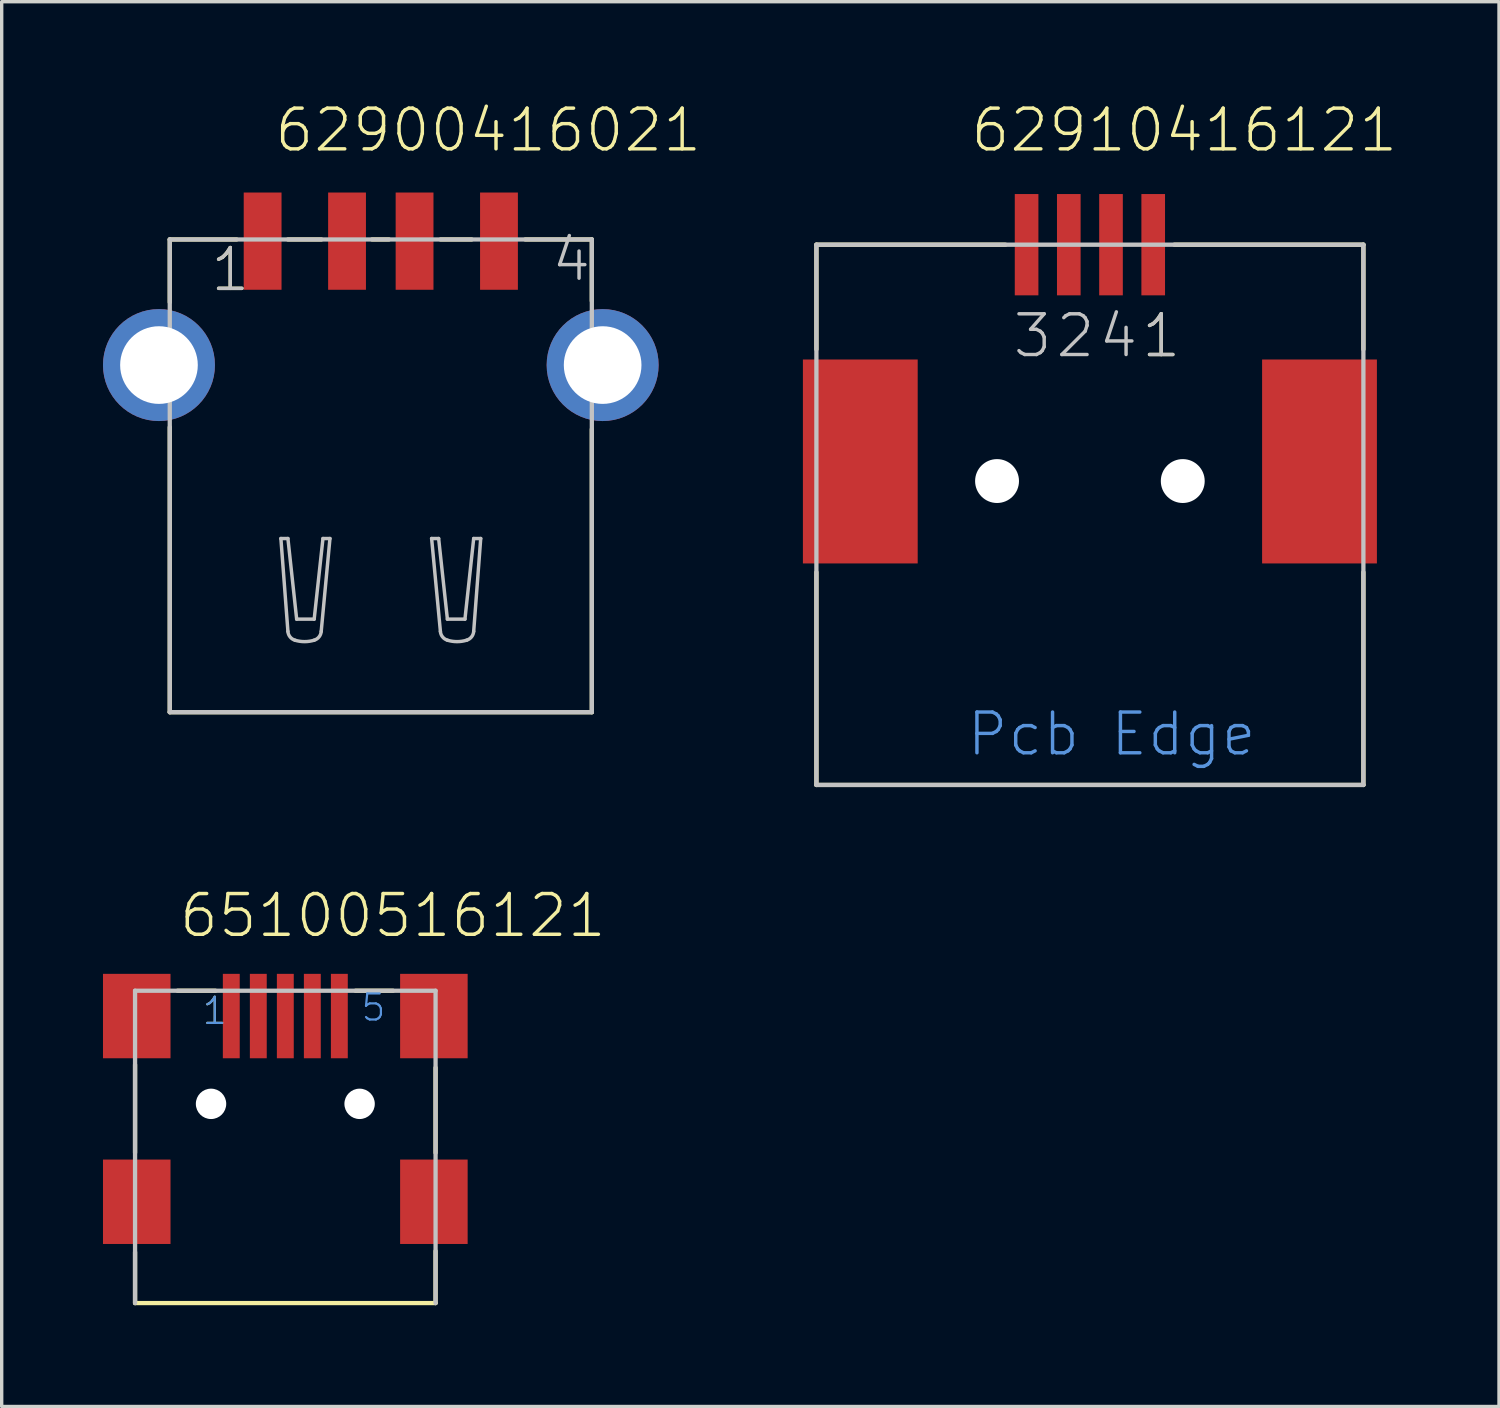
<source format=kicad_pcb>
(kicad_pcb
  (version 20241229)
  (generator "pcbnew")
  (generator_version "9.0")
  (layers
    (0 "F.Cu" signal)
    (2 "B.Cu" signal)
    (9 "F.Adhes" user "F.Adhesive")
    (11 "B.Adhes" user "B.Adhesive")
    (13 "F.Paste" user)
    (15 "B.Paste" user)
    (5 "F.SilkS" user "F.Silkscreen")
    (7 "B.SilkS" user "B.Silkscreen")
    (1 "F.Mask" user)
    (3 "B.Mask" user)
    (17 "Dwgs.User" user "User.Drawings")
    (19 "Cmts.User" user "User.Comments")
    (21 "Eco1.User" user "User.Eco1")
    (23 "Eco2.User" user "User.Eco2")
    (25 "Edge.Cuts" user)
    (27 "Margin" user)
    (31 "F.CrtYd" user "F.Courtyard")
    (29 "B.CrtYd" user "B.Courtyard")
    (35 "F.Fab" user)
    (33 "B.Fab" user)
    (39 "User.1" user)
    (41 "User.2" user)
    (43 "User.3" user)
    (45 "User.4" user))
  (footprint "62900416021"
    (layer "F.Cu")
    (at 8.228 7.762)
    (property "Reference" "62900416021" (at -3.202 -6.251 0) (layer "F.SilkS") (effects (font (size 1.206 1.206) (thickness 0.102)) (justify left bottom)))
    (attr through_hole)
    (fp_line (start -6.25 -3.72) (end -6.25 -1.86) (stroke (width 0.127) (type solid)) (layer "F.SilkS"))
    (fp_line (start -6.25 1.84) (end -6.25 10.28) (stroke (width 0.127) (type solid)) (layer "F.SilkS"))
    (fp_line (start -6.25 10.28) (end 6.25 10.28) (stroke (width 0.127) (type solid)) (layer "F.SilkS"))
    (fp_line (start -4.27 -3.72) (end -6.25 -3.72) (stroke (width 0.127) (type solid)) (layer "F.SilkS"))
    (fp_line (start -2.75 -3.72) (end -1.76 -3.72) (stroke (width 0.127) (type solid)) (layer "F.SilkS"))
    (fp_line (start -0.26 -3.72) (end 0.24 -3.72) (stroke (width 0.127) (type solid)) (layer "F.SilkS"))
    (fp_line (start 1.77 -3.72) (end 2.69 -3.72) (stroke (width 0.127) (type solid)) (layer "F.SilkS"))
    (fp_line (start 4.28 -3.72) (end 6.25 -3.72) (stroke (width 0.127) (type solid)) (layer "F.SilkS"))
    (fp_line (start 6.25 -3.72) (end 6.25 -1.9) (stroke (width 0.127) (type solid)) (layer "F.SilkS"))
    (fp_line (start 6.25 10.28) (end 6.25 1.9) (stroke (width 0.127) (type solid)) (layer "F.SilkS"))
    (fp_line (start -6.25 -3.72) (end 6.25 -3.72) (stroke (width 0.127) (type solid)) (layer "Dwgs.User"))
    (fp_line (start -6.25 10.28) (end -6.25 -3.72) (stroke (width 0.127) (type solid)) (layer "Dwgs.User"))
    (fp_line (start -2.959 5.137) (end -2.751 7.888) (stroke (width 0.102) (type solid)) (layer "Dwgs.User"))
    (fp_line (start -2.751 5.137) (end -2.959 5.137) (stroke (width 0.102) (type solid)) (layer "Dwgs.User"))
    (fp_line (start -2.492 7.525) (end -2.751 5.137) (stroke (width 0.102) (type solid)) (layer "Dwgs.User"))
    (fp_line (start -1.973 7.525) (end -2.492 7.525) (stroke (width 0.102) (type solid)) (layer "Dwgs.User"))
    (fp_line (start -1.765 7.888) (end -1.506 5.137) (stroke (width 0.102) (type solid)) (layer "Dwgs.User"))
    (fp_line (start -1.713 5.137) (end -1.973 7.525) (stroke (width 0.102) (type solid)) (layer "Dwgs.User"))
    (fp_line (start -1.506 5.137) (end -1.713 5.137) (stroke (width 0.102) (type solid)) (layer "Dwgs.User"))
    (fp_line (start 1.505 5.137) (end 1.713 5.137) (stroke (width 0.102) (type solid)) (layer "Dwgs.User"))
    (fp_line (start 1.713 5.137) (end 1.972 7.525) (stroke (width 0.102) (type solid)) (layer "Dwgs.User"))
    (fp_line (start 1.765 7.888) (end 1.505 5.137) (stroke (width 0.102) (type solid)) (layer "Dwgs.User"))
    (fp_line (start 1.972 7.525) (end 2.492 7.525) (stroke (width 0.102) (type solid)) (layer "Dwgs.User"))
    (fp_line (start 2.492 7.525) (end 2.751 5.137) (stroke (width 0.102) (type solid)) (layer "Dwgs.User"))
    (fp_line (start 2.751 5.137) (end 2.959 5.137) (stroke (width 0.102) (type solid)) (layer "Dwgs.User"))
    (fp_line (start 2.959 5.137) (end 2.751 7.888) (stroke (width 0.102) (type solid)) (layer "Dwgs.User"))
    (fp_line (start 6.25 -3.72) (end 6.25 10.28) (stroke (width 0.127) (type solid)) (layer "Dwgs.User"))
    (fp_line (start 6.25 10.28) (end -6.25 10.28) (stroke (width 0.127) (type solid)) (layer "Dwgs.User"))
    (fp_arc (start -2.5438 8.148) (mid -2.687659 8.050297) (end -2.7514 7.8885) (stroke (width 0.1016) (type solid)) (layer "Dwgs.User"))
    (fp_arc (start -1.9727 8.148) (mid -2.25825 8.190802) (end -2.5438 8.148) (stroke (width 0.1016) (type solid)) (layer "Dwgs.User"))
    (fp_arc (start -1.765099 7.888501) (mid -1.828841 8.050298) (end -1.9727 8.148) (stroke (width 0.1016) (type solid)) (layer "Dwgs.User"))
    (fp_arc (start 1.9725 8.148) (mid 1.828641 8.050298) (end 1.764899 7.888501) (stroke (width 0.1016) (type solid)) (layer "Dwgs.User"))
    (fp_arc (start 2.5436 8.148) (mid 2.25805 8.190802) (end 1.9725 8.148) (stroke (width 0.1016) (type solid)) (layer "Dwgs.User"))
    (fp_arc (start 2.7512 7.8885) (mid 2.687459 8.050297) (end 2.5436 8.148) (stroke (width 0.1016) (type solid)) (layer "Dwgs.User"))
    (fp_text user "1" (at -5.1 -2.12 0) (layer "F.SilkS") (effects (font (size 1.206 1.206) (thickness 0.102)) (justify left bottom)))
    (fp_text user "1" (at -5.1 -2.12 0) (layer "Dwgs.User") (effects (font (size 1.206 1.206) (thickness 0.102)) (justify left bottom)))
    (fp_text user "4" (at 5 -2.42 0) (layer "Dwgs.User") (effects (font (size 1.206 1.206) (thickness 0.102)) (justify left bottom)))
    (pad "1" smd rect (at -3.5 -3.67) (size 1.12 2.88) (layers "F.Cu" "F.Mask" "F.Paste"))
    (pad "2" smd rect (at -1 -3.67) (size 1.12 2.88) (layers "F.Cu" "F.Mask" "F.Paste"))
    (pad "3" smd rect (at 1 -3.67) (size 1.12 2.88) (layers "F.Cu" "F.Mask" "F.Paste"))
    (pad "4" smd rect (at 3.5 -3.67) (size 1.12 2.88) (layers "F.Cu" "F.Mask" "F.Paste"))
    (pad "SHEL" thru_hole circle (at -6.57 0) (size 3.316 3.316) (drill 2.3) (layers "*.Cu" "*.Mask"))
    (pad "SHEL" thru_hole circle (at 6.57 0) (size 3.316 3.316) (drill 2.3) (layers "*.Cu" "*.Mask")))
  (footprint "62910416121"
    (layer "F.Cu")
    (at 29.229 11.197)
    (property "Reference" "62910416121" (at -3.587 -9.686 0) (layer "F.SilkS") (effects (font (size 1.206 1.206) (thickness 0.102)) (justify left bottom)))
    (attr through_hole)
    (fp_line (start -8.1 -7) (end -8.1 -3.9) (stroke (width 0.127) (type solid)) (layer "F.SilkS"))
    (fp_line (start -8.1 2.7) (end -8.1 9) (stroke (width 0.127) (type solid)) (layer "F.SilkS"))
    (fp_line (start -8.1 9) (end 8.1 9) (stroke (width 0.127) (type solid)) (layer "F.SilkS"))
    (fp_line (start -2.5 -7) (end -8.1 -7) (stroke (width 0.127) (type solid)) (layer "F.SilkS"))
    (fp_line (start 2.5 -7) (end 8.1 -7) (stroke (width 0.127) (type solid)) (layer "F.SilkS"))
    (fp_line (start 8.1 -7) (end 8.1 -3.9) (stroke (width 0.127) (type solid)) (layer "F.SilkS"))
    (fp_line (start 8.1 9) (end 8.1 2.7) (stroke (width 0.127) (type solid)) (layer "F.SilkS"))
    (fp_line (start -8.1 -7) (end -8.1 9) (stroke (width 0.127) (type solid)) (layer "Dwgs.User"))
    (fp_line (start -8.1 9) (end 8.1 9) (stroke (width 0.127) (type solid)) (layer "Dwgs.User"))
    (fp_line (start 8.1 -7) (end -8.1 -7) (stroke (width 0.127) (type solid)) (layer "Dwgs.User"))
    (fp_line (start 8.1 9) (end 8.1 -7) (stroke (width 0.127) (type solid)) (layer "Dwgs.User"))
    (fp_text user "1" (at 1.47 -3.595 0) (layer "F.SilkS") (effects (font (size 1.206 1.206) (thickness 0.102)) (justify left bottom)))
    (fp_text user "1" (at 1.47 -3.595 0) (layer "Dwgs.User") (effects (font (size 1.206 1.206) (thickness 0.102)) (justify left bottom)))
    (fp_text user "2" (at -1.07 -3.595 0) (layer "Dwgs.User") (effects (font (size 1.206 1.206) (thickness 0.102)) (justify left bottom)))
    (fp_text user "3" (at -2.34 -3.595 0) (layer "Dwgs.User") (effects (font (size 1.206 1.206) (thickness 0.102)) (justify left bottom)))
    (fp_text user "4" (at 0.2 -3.595 0) (layer "Dwgs.User") (effects (font (size 1.206 1.206) (thickness 0.102)) (justify left bottom)))
    (fp_text user "Pcb Edge" (at -3.7 8.2 0) (layer "Cmts.User") (effects (font (size 1.206 1.206) (thickness 0.102)) (justify left bottom)))
    (pad "" np_thru_hole circle (at -2.75 0) (size 1.3 1.3) (drill 1.3) (layers "*.Cu"))
    (pad "" np_thru_hole circle (at 2.75 0) (size 1.3 1.3) (drill 1.3) (layers "*.Cu"))
    (pad "1" smd rect (at 1.875 -7 180) (size 0.7 3) (layers "F.Cu" "F.Mask" "F.Paste"))
    (pad "2" smd rect (at -0.625 -7 180) (size 0.7 3) (layers "F.Cu" "F.Mask" "F.Paste"))
    (pad "3" smd rect (at -1.875 -7 180) (size 0.7 3) (layers "F.Cu" "F.Mask" "F.Paste"))
    (pad "4" smd rect (at 0.625 -7 180) (size 0.7 3) (layers "F.Cu" "F.Mask" "F.Paste"))
    (pad "SHEL" smd rect (at -6.8 -0.58 180) (size 3.4 6.04) (layers "F.Cu" "F.Mask" "F.Paste"))
    (pad "SHEL" smd rect (at 6.8 -0.58 180) (size 3.4 6.04) (layers "F.Cu" "F.Mask" "F.Paste")))
  (footprint "65100516121"
    (layer "F.Cu")
    (at 5.4 29.642)
    (property "Reference" "65100516121" (at -3.2 -4.87 0) (layer "F.SilkS") (effects (font (size 1.206 1.206) (thickness 0.102)) (justify left bottom)))
    (attr through_hole)
    (fp_line (start -4.45 -1.16) (end -4.45 1.45) (stroke (width 0.127) (type solid)) (layer "F.SilkS"))
    (fp_line (start -4.45 4.39) (end -4.45 5.9) (stroke (width 0.127) (type solid)) (layer "F.SilkS"))
    (fp_line (start -4.45 5.9) (end 4.45 5.9) (stroke (width 0.127) (type solid)) (layer "F.SilkS"))
    (fp_line (start -2.07 -3.35) (end -3.19 -3.35) (stroke (width 0.127) (type solid)) (layer "F.SilkS"))
    (fp_line (start 2.08 -3.35) (end 3.19 -3.35) (stroke (width 0.127) (type solid)) (layer "F.SilkS"))
    (fp_line (start 4.45 -1.07) (end 4.45 1.45) (stroke (width 0.127) (type solid)) (layer "F.SilkS"))
    (fp_line (start 4.45 4.36) (end 4.45 5.9) (stroke (width 0.127) (type solid)) (layer "F.SilkS"))
    (fp_line (start -4.45 -3.35) (end -4.45 5.9) (stroke (width 0.127) (type solid)) (layer "Dwgs.User"))
    (fp_line (start 4.45 -3.35) (end -4.45 -3.35) (stroke (width 0.127) (type solid)) (layer "Dwgs.User"))
    (fp_line (start 4.45 5.9) (end 4.45 -3.35) (stroke (width 0.127) (type solid)) (layer "Dwgs.User"))
    (fp_text user "1" (at -2.5 -2.3 0) (layer "F.SilkS") (effects (font (size 0.772 0.772) (thickness 0.065)) (justify left bottom)))
    (fp_text user "5" (at 2.2 -2.4 0) (layer "Cmts.User") (effects (font (size 0.772 0.772) (thickness 0.065)) (justify left bottom)))
    (fp_text user "1" (at -2.5 -2.3 0) (layer "Cmts.User") (effects (font (size 0.772 0.772) (thickness 0.065)) (justify left bottom)))
    (pad "" np_thru_hole circle (at -2.2 0) (size 0.9 0.9) (drill 0.9) (layers "*.Cu"))
    (pad "" np_thru_hole circle (at 2.2 0) (size 0.9 0.9) (drill 0.9) (layers "*.Cu"))
    (pad "1" smd rect (at -1.6 -2.6) (size 0.5 2.5) (layers "F.Cu" "F.Mask" "F.Paste"))
    (pad "2" smd rect (at -0.8 -2.6) (size 0.5 2.5) (layers "F.Cu" "F.Mask" "F.Paste"))
    (pad "3" smd rect (at 0 -2.6) (size 0.5 2.5) (layers "F.Cu" "F.Mask" "F.Paste"))
    (pad "4" smd rect (at 0.8 -2.6) (size 0.5 2.5) (layers "F.Cu" "F.Mask" "F.Paste"))
    (pad "5" smd rect (at 1.6 -2.6) (size 0.5 2.5) (layers "F.Cu" "F.Mask" "F.Paste"))
    (pad "SHEL" smd rect (at -4.4 -2.6) (size 2 2.5) (layers "F.Cu" "F.Mask" "F.Paste"))
    (pad "SHEL" smd rect (at -4.4 2.9) (size 2 2.5) (layers "F.Cu" "F.Mask" "F.Paste"))
    (pad "SHEL" smd rect (at 4.4 -2.6) (size 2 2.5) (layers "F.Cu" "F.Mask" "F.Paste"))
    (pad "SHEL" smd rect (at 4.4 2.9) (size 2 2.5) (layers "F.Cu" "F.Mask" "F.Paste")))
  (gr_rect
    (start -3 -3)
    (end 41.345 38.605)
    (stroke (width 0.1) (type default))
    (fill no)
    (layer "Edge.Cuts")))
</source>
